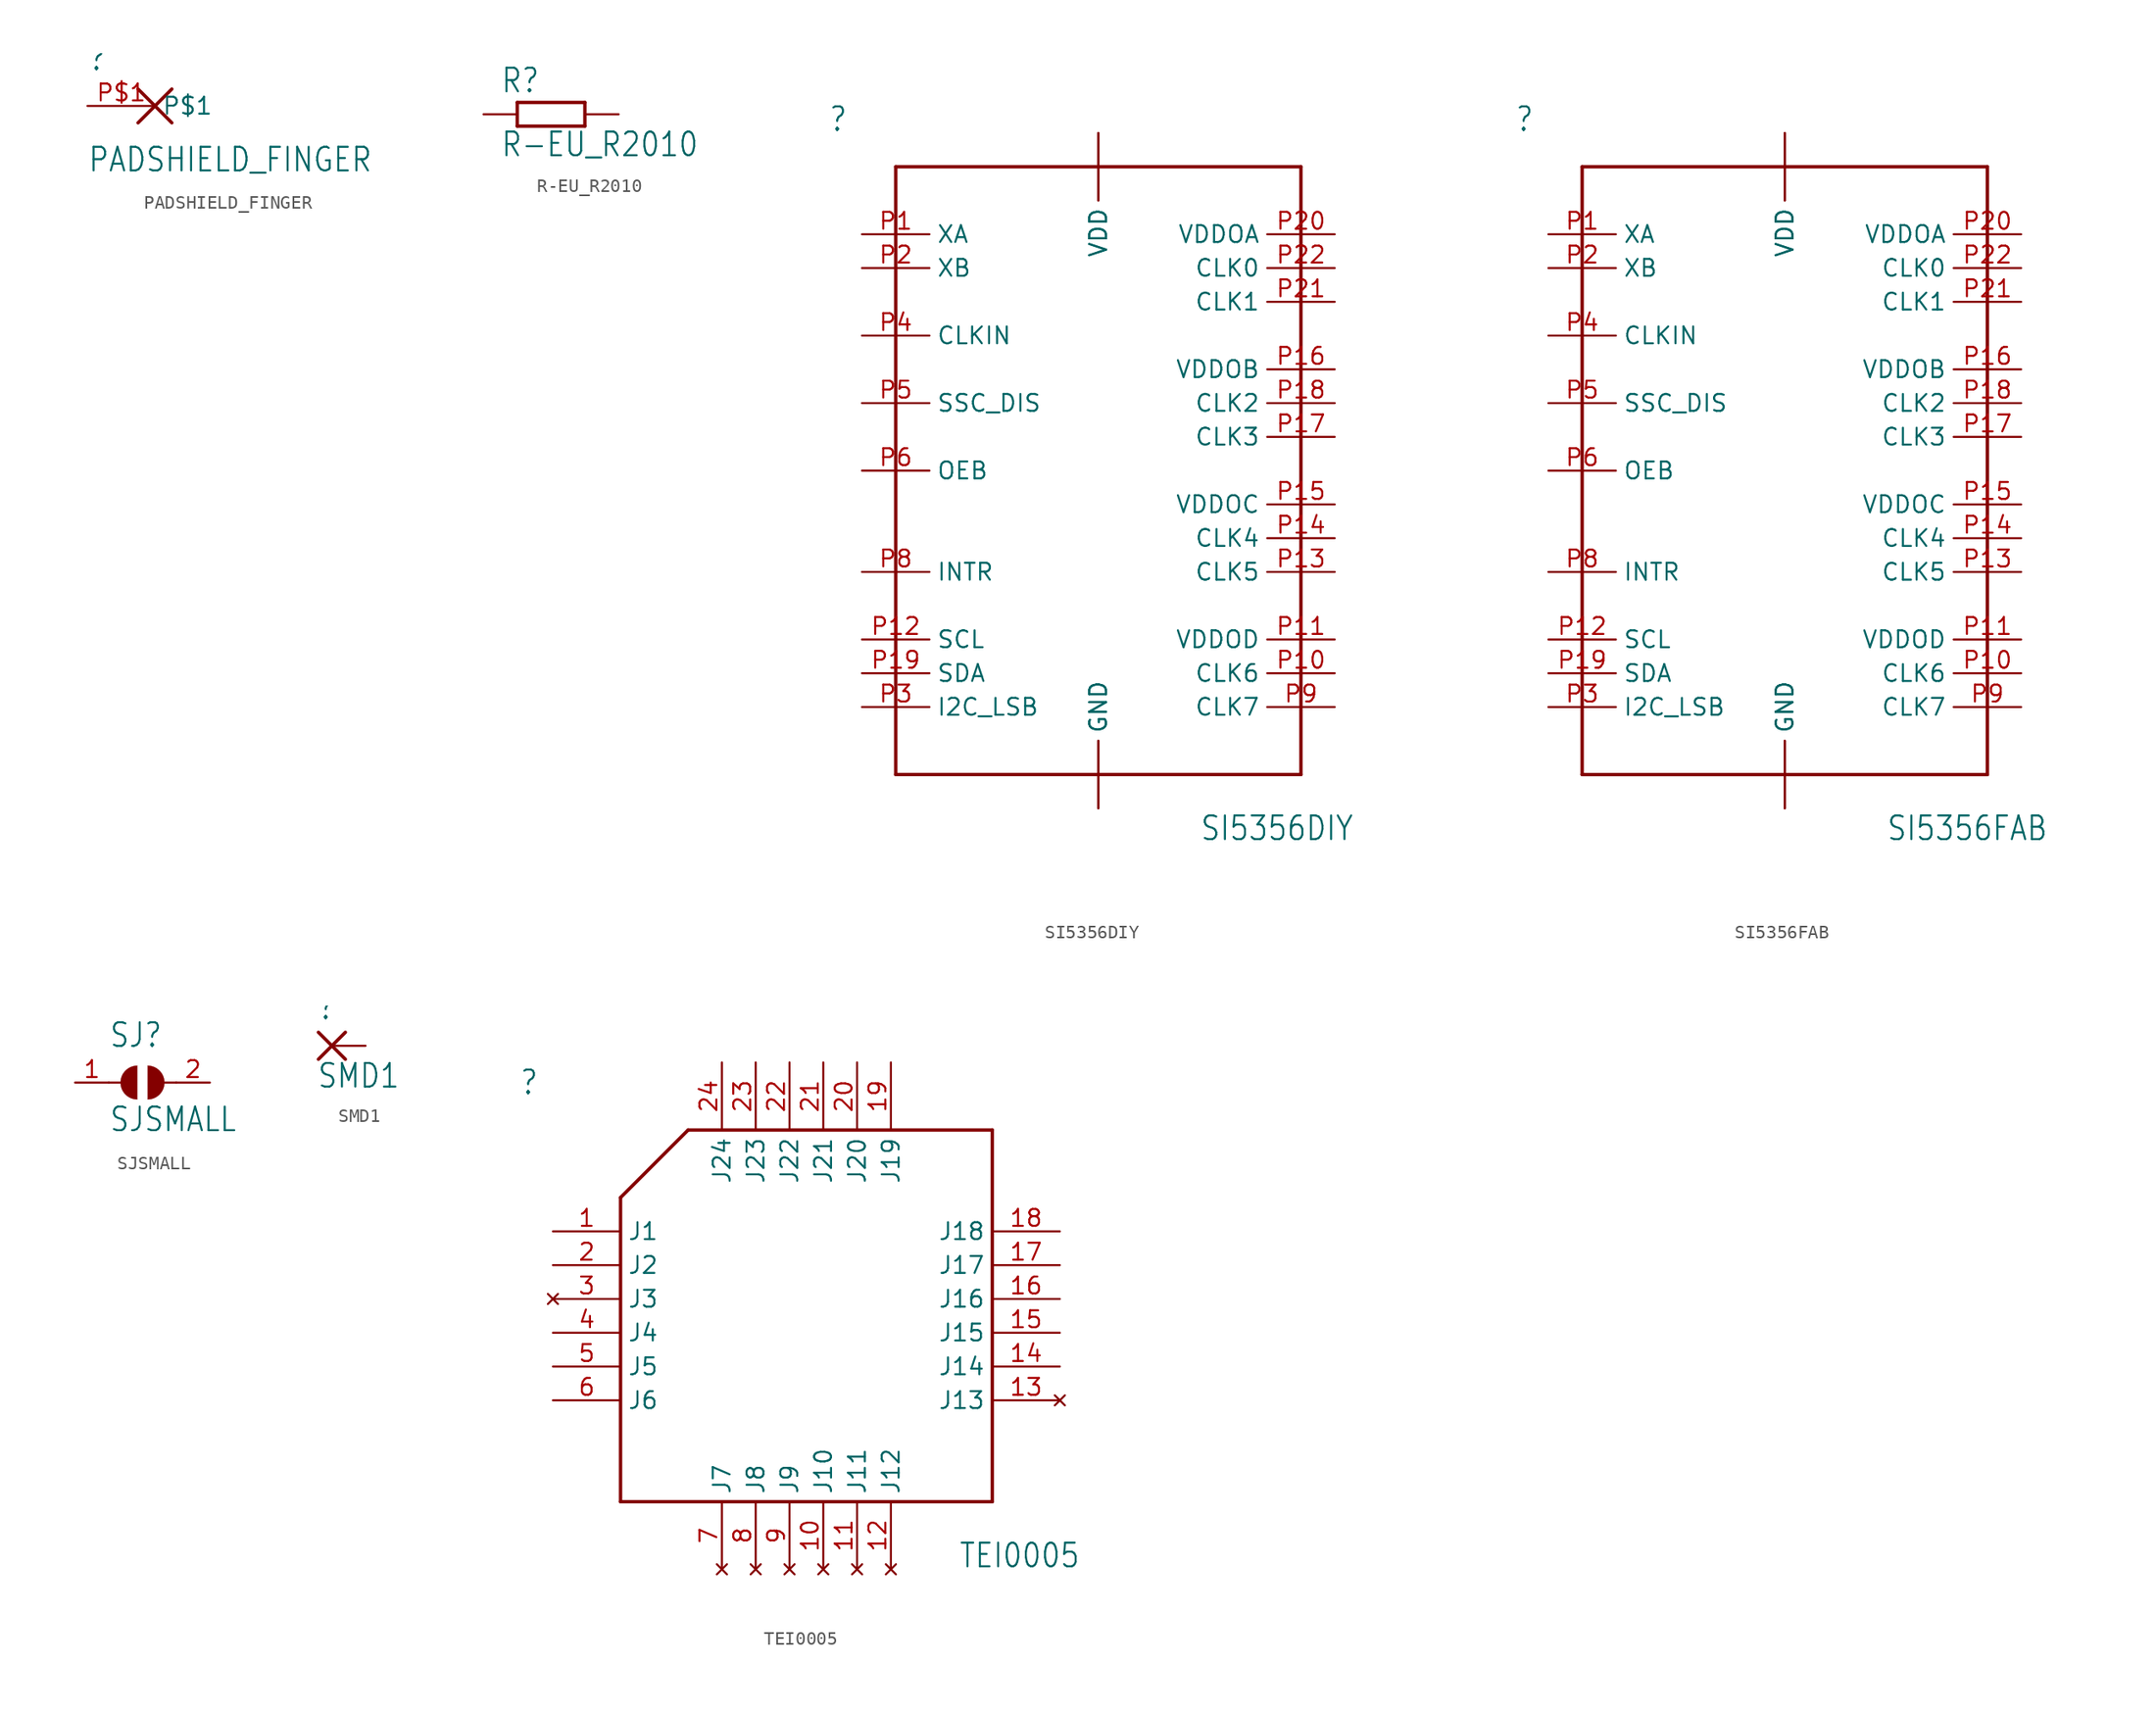
<source format=kicad_sym>
(kicad_symbol_lib
  (version 20211014)
  (generator kicad_symbol_editor)
  (symbol "PADSHIELD_FINGER"
    (property "Reference" ""
      (at -2.54 2.54 0)
      (effects (font (size 1.778 1.511)) (justify left bottom)))
    (property "Value" "PADSHIELD_FINGER"
      (at -2.54 -5.08 0)
      (effects (font (size 1.778 1.511)) (justify left bottom)))
    (property "ki_locked" ""
      (at 0 0 0)
      (effects (font (size 1.27 1.27))))
    (symbol "PADSHIELD_FINGER_1_0"
      (polyline (pts (xy 1.27 -1.27) (xy 3.81 1.27)) (stroke (width 0.254) (type default) (color 0 0 0 0)) (fill (type none)))
      (polyline (pts (xy 1.27 1.27) (xy 3.81 -1.27)) (stroke (width 0.254) (type default) (color 0 0 0 0)) (fill (type none)))
      (pin bidirectional line (at -2.54 0 0) (length 5.08) (name "P$1" (effects (font (size 1.27 1.27)))) (number "P$1" (effects (font (size 1.27 1.27)))))))
  (symbol "R-EU_R2010"
    (property "Reference" "R"
      (at -3.81 1.499 0)
      (effects (font (size 1.778 1.511)) (justify left bottom)))
    (property "Value" "R-EU_R2010"
      (at -3.81 -3.302 0)
      (effects (font (size 1.778 1.511)) (justify left bottom)))
    (property "ki_locked" ""
      (at 0 0 0)
      (effects (font (size 1.27 1.27))))
    (symbol "R-EU_R2010_1_0"
      (polyline (pts (xy -2.54 -0.889) (xy -2.54 0.889)) (stroke (width 0.254) (type default) (color 0 0 0 0)) (fill (type none)))
      (polyline (pts (xy -2.54 -0.889) (xy 2.54 -0.889)) (stroke (width 0.254) (type default) (color 0 0 0 0)) (fill (type none)))
      (polyline (pts (xy 2.54 -0.889) (xy 2.54 0.889)) (stroke (width 0.254) (type default) (color 0 0 0 0)) (fill (type none)))
      (polyline (pts (xy 2.54 0.889) (xy -2.54 0.889)) (stroke (width 0.254) (type default) (color 0 0 0 0)) (fill (type none)))
      (pin passive line (at -5.08 0 0) (length 2.54) (name "1" (effects (font (size 0 0)))) (number "1" (effects (font (size 0 0)))))
      (pin passive line (at 5.08 0 180) (length 2.54) (name "2" (effects (font (size 0 0)))) (number "2" (effects (font (size 0 0)))))))
  (symbol "SI5356DIY"
    (property "Reference" ""
      (at -20.32 25.4 0)
      (effects (font (size 1.778 1.511)) (justify left bottom)))
    (property "Value" "SI5356DIY"
      (at 7.62 -27.94 0)
      (effects (font (size 1.778 1.511)) (justify left bottom)))
    (property "ki_locked" ""
      (at 0 0 0)
      (effects (font (size 1.27 1.27))))
    (symbol "SI5356DIY_1_0"
      (polyline (pts (xy -15.24 -22.86) (xy -15.24 22.86)) (stroke (width 0.254) (type default) (color 0 0 0 0)) (fill (type none)))
      (polyline (pts (xy -15.24 22.86) (xy 15.24 22.86)) (stroke (width 0.254) (type default) (color 0 0 0 0)) (fill (type none)))
      (polyline (pts (xy 15.24 -22.86) (xy -15.24 -22.86)) (stroke (width 0.254) (type default) (color 0 0 0 0)) (fill (type none)))
      (polyline (pts (xy 15.24 22.86) (xy 15.24 -22.86)) (stroke (width 0.254) (type default) (color 0 0 0 0)) (fill (type none)))
      (pin power_in line (at 0 -25.4 90) (length 5.08) (name "GND" (effects (font (size 1.27 1.27)))) (number "EXP" (effects (font (size 0 0)))))
      (pin input line (at -17.78 17.78 0) (length 5.08) (name "XA" (effects (font (size 1.27 1.27)))) (number "P1" (effects (font (size 1.27 1.27)))))
      (pin output line (at 17.78 -15.24 180) (length 5.08) (name "CLK6" (effects (font (size 1.27 1.27)))) (number "P10" (effects (font (size 1.27 1.27)))))
      (pin power_in line (at 17.78 -12.7 180) (length 5.08) (name "VDDOD" (effects (font (size 1.27 1.27)))) (number "P11" (effects (font (size 1.27 1.27)))))
      (pin bidirectional line (at -17.78 -12.7 0) (length 5.08) (name "SCL" (effects (font (size 1.27 1.27)))) (number "P12" (effects (font (size 1.27 1.27)))))
      (pin output line (at 17.78 -7.62 180) (length 5.08) (name "CLK5" (effects (font (size 1.27 1.27)))) (number "P13" (effects (font (size 1.27 1.27)))))
      (pin output line (at 17.78 -5.08 180) (length 5.08) (name "CLK4" (effects (font (size 1.27 1.27)))) (number "P14" (effects (font (size 1.27 1.27)))))
      (pin power_in line (at 17.78 -2.54 180) (length 5.08) (name "VDDOC" (effects (font (size 1.27 1.27)))) (number "P15" (effects (font (size 1.27 1.27)))))
      (pin power_in line (at 17.78 7.62 180) (length 5.08) (name "VDDOB" (effects (font (size 1.27 1.27)))) (number "P16" (effects (font (size 1.27 1.27)))))
      (pin output line (at 17.78 2.54 180) (length 5.08) (name "CLK3" (effects (font (size 1.27 1.27)))) (number "P17" (effects (font (size 1.27 1.27)))))
      (pin output line (at 17.78 5.08 180) (length 5.08) (name "CLK2" (effects (font (size 1.27 1.27)))) (number "P18" (effects (font (size 1.27 1.27)))))
      (pin bidirectional line (at -17.78 -15.24 0) (length 5.08) (name "SDA" (effects (font (size 1.27 1.27)))) (number "P19" (effects (font (size 1.27 1.27)))))
      (pin input line (at -17.78 15.24 0) (length 5.08) (name "XB" (effects (font (size 1.27 1.27)))) (number "P2" (effects (font (size 1.27 1.27)))))
      (pin power_in line (at 17.78 17.78 180) (length 5.08) (name "VDDOA" (effects (font (size 1.27 1.27)))) (number "P20" (effects (font (size 1.27 1.27)))))
      (pin output line (at 17.78 12.7 180) (length 5.08) (name "CLK1" (effects (font (size 1.27 1.27)))) (number "P21" (effects (font (size 1.27 1.27)))))
      (pin output line (at 17.78 15.24 180) (length 5.08) (name "CLK0" (effects (font (size 1.27 1.27)))) (number "P22" (effects (font (size 1.27 1.27)))))
      (pin power_in line (at 0 -25.4 90) (length 5.08) (name "GND" (effects (font (size 1.27 1.27)))) (number "P23" (effects (font (size 0 0)))))
      (pin power_in line (at 0 25.4 270) (length 5.08) (name "VDD" (effects (font (size 1.27 1.27)))) (number "P24" (effects (font (size 0 0)))))
      (pin input line (at -17.78 -17.78 0) (length 5.08) (name "I2C_LSB" (effects (font (size 1.27 1.27)))) (number "P3" (effects (font (size 1.27 1.27)))))
      (pin input line (at -17.78 10.16 0) (length 5.08) (name "CLKIN" (effects (font (size 1.27 1.27)))) (number "P4" (effects (font (size 1.27 1.27)))))
      (pin input line (at -17.78 5.08 0) (length 5.08) (name "SSC_DIS" (effects (font (size 1.27 1.27)))) (number "P5" (effects (font (size 1.27 1.27)))))
      (pin output line (at -17.78 0 0) (length 5.08) (name "OEB" (effects (font (size 1.27 1.27)))) (number "P6" (effects (font (size 1.27 1.27)))))
      (pin power_in line (at 0 25.4 270) (length 5.08) (name "VDD" (effects (font (size 1.27 1.27)))) (number "P7" (effects (font (size 0 0)))))
      (pin output line (at -17.78 -7.62 0) (length 5.08) (name "INTR" (effects (font (size 1.27 1.27)))) (number "P8" (effects (font (size 1.27 1.27)))))
      (pin output line (at 17.78 -17.78 180) (length 5.08) (name "CLK7" (effects (font (size 1.27 1.27)))) (number "P9" (effects (font (size 1.27 1.27)))))))
  (symbol "SI5356FAB"
    (property "Reference" ""
      (at -20.32 25.4 0)
      (effects (font (size 1.778 1.511)) (justify left bottom)))
    (property "Value" "SI5356FAB"
      (at 7.62 -27.94 0)
      (effects (font (size 1.778 1.511)) (justify left bottom)))
    (property "ki_locked" ""
      (at 0 0 0)
      (effects (font (size 1.27 1.27))))
    (symbol "SI5356FAB_1_0"
      (polyline (pts (xy -15.24 -22.86) (xy -15.24 22.86)) (stroke (width 0.254) (type default) (color 0 0 0 0)) (fill (type none)))
      (polyline (pts (xy -15.24 22.86) (xy 15.24 22.86)) (stroke (width 0.254) (type default) (color 0 0 0 0)) (fill (type none)))
      (polyline (pts (xy 15.24 -22.86) (xy -15.24 -22.86)) (stroke (width 0.254) (type default) (color 0 0 0 0)) (fill (type none)))
      (polyline (pts (xy 15.24 22.86) (xy 15.24 -22.86)) (stroke (width 0.254) (type default) (color 0 0 0 0)) (fill (type none)))
      (pin power_in line (at 0 -25.4 90) (length 5.08) (name "GND" (effects (font (size 1.27 1.27)))) (number "EXP" (effects (font (size 0 0)))))
      (pin input line (at -17.78 17.78 0) (length 5.08) (name "XA" (effects (font (size 1.27 1.27)))) (number "P1" (effects (font (size 1.27 1.27)))))
      (pin output line (at 17.78 -15.24 180) (length 5.08) (name "CLK6" (effects (font (size 1.27 1.27)))) (number "P10" (effects (font (size 1.27 1.27)))))
      (pin power_in line (at 17.78 -12.7 180) (length 5.08) (name "VDDOD" (effects (font (size 1.27 1.27)))) (number "P11" (effects (font (size 1.27 1.27)))))
      (pin bidirectional line (at -17.78 -12.7 0) (length 5.08) (name "SCL" (effects (font (size 1.27 1.27)))) (number "P12" (effects (font (size 1.27 1.27)))))
      (pin output line (at 17.78 -7.62 180) (length 5.08) (name "CLK5" (effects (font (size 1.27 1.27)))) (number "P13" (effects (font (size 1.27 1.27)))))
      (pin output line (at 17.78 -5.08 180) (length 5.08) (name "CLK4" (effects (font (size 1.27 1.27)))) (number "P14" (effects (font (size 1.27 1.27)))))
      (pin power_in line (at 17.78 -2.54 180) (length 5.08) (name "VDDOC" (effects (font (size 1.27 1.27)))) (number "P15" (effects (font (size 1.27 1.27)))))
      (pin power_in line (at 17.78 7.62 180) (length 5.08) (name "VDDOB" (effects (font (size 1.27 1.27)))) (number "P16" (effects (font (size 1.27 1.27)))))
      (pin output line (at 17.78 2.54 180) (length 5.08) (name "CLK3" (effects (font (size 1.27 1.27)))) (number "P17" (effects (font (size 1.27 1.27)))))
      (pin output line (at 17.78 5.08 180) (length 5.08) (name "CLK2" (effects (font (size 1.27 1.27)))) (number "P18" (effects (font (size 1.27 1.27)))))
      (pin bidirectional line (at -17.78 -15.24 0) (length 5.08) (name "SDA" (effects (font (size 1.27 1.27)))) (number "P19" (effects (font (size 1.27 1.27)))))
      (pin input line (at -17.78 15.24 0) (length 5.08) (name "XB" (effects (font (size 1.27 1.27)))) (number "P2" (effects (font (size 1.27 1.27)))))
      (pin power_in line (at 17.78 17.78 180) (length 5.08) (name "VDDOA" (effects (font (size 1.27 1.27)))) (number "P20" (effects (font (size 1.27 1.27)))))
      (pin output line (at 17.78 12.7 180) (length 5.08) (name "CLK1" (effects (font (size 1.27 1.27)))) (number "P21" (effects (font (size 1.27 1.27)))))
      (pin output line (at 17.78 15.24 180) (length 5.08) (name "CLK0" (effects (font (size 1.27 1.27)))) (number "P22" (effects (font (size 1.27 1.27)))))
      (pin power_in line (at 0 -25.4 90) (length 5.08) (name "GND" (effects (font (size 1.27 1.27)))) (number "P23" (effects (font (size 0 0)))))
      (pin power_in line (at 0 25.4 270) (length 5.08) (name "VDD" (effects (font (size 1.27 1.27)))) (number "P24" (effects (font (size 0 0)))))
      (pin input line (at -17.78 -17.78 0) (length 5.08) (name "I2C_LSB" (effects (font (size 1.27 1.27)))) (number "P3" (effects (font (size 1.27 1.27)))))
      (pin input line (at -17.78 10.16 0) (length 5.08) (name "CLKIN" (effects (font (size 1.27 1.27)))) (number "P4" (effects (font (size 1.27 1.27)))))
      (pin input line (at -17.78 5.08 0) (length 5.08) (name "SSC_DIS" (effects (font (size 1.27 1.27)))) (number "P5" (effects (font (size 1.27 1.27)))))
      (pin output line (at -17.78 0 0) (length 5.08) (name "OEB" (effects (font (size 1.27 1.27)))) (number "P6" (effects (font (size 1.27 1.27)))))
      (pin power_in line (at 0 25.4 270) (length 5.08) (name "VDD" (effects (font (size 1.27 1.27)))) (number "P7" (effects (font (size 0 0)))))
      (pin output line (at -17.78 -7.62 0) (length 5.08) (name "INTR" (effects (font (size 1.27 1.27)))) (number "P8" (effects (font (size 1.27 1.27)))))
      (pin output line (at 17.78 -17.78 180) (length 5.08) (name "CLK7" (effects (font (size 1.27 1.27)))) (number "P9" (effects (font (size 1.27 1.27)))))))
  (symbol "SJSMALL"
    (property "Reference" "SJ"
      (at -2.54 2.54 0)
      (effects (font (size 1.778 1.511)) (justify left bottom)))
    (property "Value" "SJSMALL"
      (at -2.54 -3.81 0)
      (effects (font (size 1.778 1.511)) (justify left bottom)))
    (property "ki_locked" ""
      (at 0 0 0)
      (effects (font (size 1.27 1.27))))
    (symbol "SJSMALL_1_0"
      (arc (start -0.381 1.2699) (mid -1.6508 0) (end -0.381 -1.2699) (stroke (width 0.0001) (type default) (color 0 0 0 0)) (fill (type outline)))
      (polyline (pts (xy -2.54 0) (xy -1.651 0)) (stroke (width 0.152) (type default) (color 0 0 0 0)) (fill (type none)))
      (polyline (pts (xy 2.54 0) (xy 1.651 0)) (stroke (width 0.152) (type default) (color 0 0 0 0)) (fill (type none)))
      (arc (start 0.381 -1.2699) (mid 1.6508 0) (end 0.381 1.2699) (stroke (width 0.0001) (type default) (color 0 0 0 0)) (fill (type outline)))
      (pin passive line (at -5.08 0 0) (length 2.54) (name "1" (effects (font (size 0 0)))) (number "1" (effects (font (size 1.27 1.27)))))
      (pin passive line (at 5.08 0 180) (length 2.54) (name "2" (effects (font (size 0 0)))) (number "2" (effects (font (size 1.27 1.27)))))))
  (symbol "SMD1"
    (property "Reference" ""
      (at -1.143 1.854 0)
      (effects (font (size 1.778 1.511)) (justify left bottom)))
    (property "Value" "SMD1"
      (at -1.143 -3.302 0)
      (effects (font (size 1.778 1.511)) (justify left bottom)))
    (property "ki_locked" ""
      (at 0 0 0)
      (effects (font (size 1.27 1.27))))
    (symbol "SMD1_1_0"
      (polyline (pts (xy -1.016 -1.016) (xy 1.016 1.016)) (stroke (width 0.254) (type default) (color 0 0 0 0)) (fill (type none)))
      (polyline (pts (xy -1.016 1.016) (xy 1.016 -1.016)) (stroke (width 0.254) (type default) (color 0 0 0 0)) (fill (type none)))
      (pin passive line (at 2.54 0 180) (length 2.54) (name "P" (effects (font (size 0 0)))) (number "P$1" (effects (font (size 0 0)))))))
  (symbol "TEI0005"
    (property "Reference" ""
      (at -17.78 27.94 0)
      (effects (font (size 1.778 1.511)) (justify left bottom)))
    (property "Value" "TEI0005"
      (at 15.24 -7.62 0)
      (effects (font (size 1.778 1.511)) (justify left bottom)))
    (property "ki_locked" ""
      (at 0 0 0)
      (effects (font (size 1.27 1.27))))
    (symbol "TEI0005_1_0"
      (polyline (pts (xy -10.16 -2.54) (xy 17.78 -2.54)) (stroke (width 0.254) (type default) (color 0 0 0 0)) (fill (type none)))
      (polyline (pts (xy -10.16 20.32) (xy -10.16 -2.54)) (stroke (width 0.254) (type default) (color 0 0 0 0)) (fill (type none)))
      (polyline (pts (xy -5.08 25.4) (xy -10.16 20.32)) (stroke (width 0.254) (type default) (color 0 0 0 0)) (fill (type none)))
      (polyline (pts (xy 17.78 -2.54) (xy 17.78 25.4)) (stroke (width 0.254) (type default) (color 0 0 0 0)) (fill (type none)))
      (polyline (pts (xy 17.78 25.4) (xy -5.08 25.4)) (stroke (width 0.254) (type default) (color 0 0 0 0)) (fill (type none)))
      (pin output line (at -15.24 17.78 0) (length 5.08) (name "J1" (effects (font (size 1.27 1.27)))) (number "1" (effects (font (size 1.27 1.27)))))
      (pin no_connect line (at 5.08 -7.62 90) (length 5.08) (name "J10" (effects (font (size 1.27 1.27)))) (number "10" (effects (font (size 1.27 1.27)))))
      (pin no_connect line (at 7.62 -7.62 90) (length 5.08) (name "J11" (effects (font (size 1.27 1.27)))) (number "11" (effects (font (size 1.27 1.27)))))
      (pin no_connect line (at 10.16 -7.62 90) (length 5.08) (name "J12" (effects (font (size 1.27 1.27)))) (number "12" (effects (font (size 1.27 1.27)))))
      (pin no_connect line (at 22.86 5.08 180) (length 5.08) (name "J13" (effects (font (size 1.27 1.27)))) (number "13" (effects (font (size 1.27 1.27)))))
      (pin bidirectional line (at 22.86 7.62 180) (length 5.08) (name "J14" (effects (font (size 1.27 1.27)))) (number "14" (effects (font (size 1.27 1.27)))))
      (pin bidirectional line (at 22.86 10.16 180) (length 5.08) (name "J15" (effects (font (size 1.27 1.27)))) (number "15" (effects (font (size 1.27 1.27)))))
      (pin bidirectional line (at 22.86 12.7 180) (length 5.08) (name "J16" (effects (font (size 1.27 1.27)))) (number "16" (effects (font (size 1.27 1.27)))))
      (pin power_in line (at 22.86 15.24 180) (length 5.08) (name "J17" (effects (font (size 1.27 1.27)))) (number "17" (effects (font (size 1.27 1.27)))))
      (pin output line (at 22.86 17.78 180) (length 5.08) (name "J18" (effects (font (size 1.27 1.27)))) (number "18" (effects (font (size 1.27 1.27)))))
      (pin output line (at 10.16 30.48 270) (length 5.08) (name "J19" (effects (font (size 1.27 1.27)))) (number "19" (effects (font (size 1.27 1.27)))))
      (pin bidirectional line (at -15.24 15.24 0) (length 5.08) (name "J2" (effects (font (size 1.27 1.27)))) (number "2" (effects (font (size 1.27 1.27)))))
      (pin power_in line (at 7.62 30.48 270) (length 5.08) (name "J20" (effects (font (size 1.27 1.27)))) (number "20" (effects (font (size 1.27 1.27)))))
      (pin output line (at 5.08 30.48 270) (length 5.08) (name "J21" (effects (font (size 1.27 1.27)))) (number "21" (effects (font (size 1.27 1.27)))))
      (pin output line (at 2.54 30.48 270) (length 5.08) (name "J22" (effects (font (size 1.27 1.27)))) (number "22" (effects (font (size 1.27 1.27)))))
      (pin input line (at 0 30.48 270) (length 5.08) (name "J23" (effects (font (size 1.27 1.27)))) (number "23" (effects (font (size 1.27 1.27)))))
      (pin input line (at -2.54 30.48 270) (length 5.08) (name "J24" (effects (font (size 1.27 1.27)))) (number "24" (effects (font (size 1.27 1.27)))))
      (pin no_connect line (at -15.24 12.7 0) (length 5.08) (name "J3" (effects (font (size 1.27 1.27)))) (number "3" (effects (font (size 1.27 1.27)))))
      (pin output line (at -15.24 10.16 0) (length 5.08) (name "J4" (effects (font (size 1.27 1.27)))) (number "4" (effects (font (size 1.27 1.27)))))
      (pin bidirectional line (at -15.24 7.62 0) (length 5.08) (name "J5" (effects (font (size 1.27 1.27)))) (number "5" (effects (font (size 1.27 1.27)))))
      (pin bidirectional line (at -15.24 5.08 0) (length 5.08) (name "J6" (effects (font (size 1.27 1.27)))) (number "6" (effects (font (size 1.27 1.27)))))
      (pin no_connect line (at -2.54 -7.62 90) (length 5.08) (name "J7" (effects (font (size 1.27 1.27)))) (number "7" (effects (font (size 1.27 1.27)))))
      (pin no_connect line (at 0 -7.62 90) (length 5.08) (name "J8" (effects (font (size 1.27 1.27)))) (number "8" (effects (font (size 1.27 1.27)))))
      (pin no_connect line (at 2.54 -7.62 90) (length 5.08) (name "J9" (effects (font (size 1.27 1.27)))) (number "9" (effects (font (size 1.27 1.27))))))))
</source>
